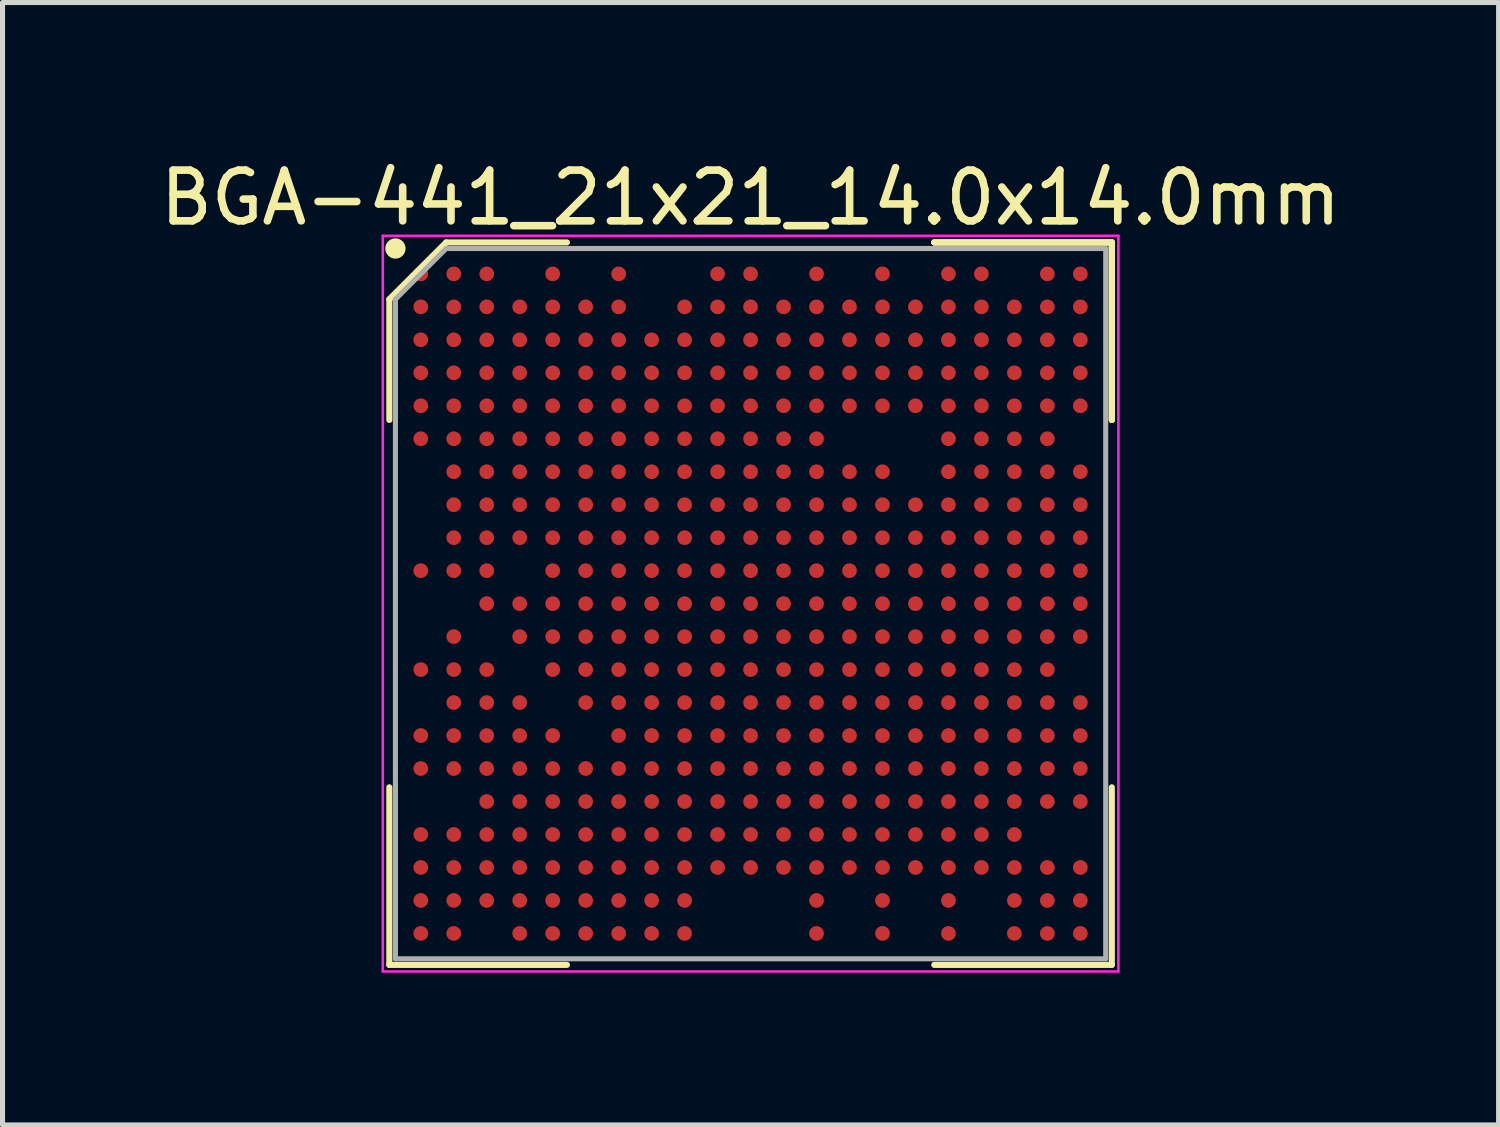
<source format=kicad_pcb>
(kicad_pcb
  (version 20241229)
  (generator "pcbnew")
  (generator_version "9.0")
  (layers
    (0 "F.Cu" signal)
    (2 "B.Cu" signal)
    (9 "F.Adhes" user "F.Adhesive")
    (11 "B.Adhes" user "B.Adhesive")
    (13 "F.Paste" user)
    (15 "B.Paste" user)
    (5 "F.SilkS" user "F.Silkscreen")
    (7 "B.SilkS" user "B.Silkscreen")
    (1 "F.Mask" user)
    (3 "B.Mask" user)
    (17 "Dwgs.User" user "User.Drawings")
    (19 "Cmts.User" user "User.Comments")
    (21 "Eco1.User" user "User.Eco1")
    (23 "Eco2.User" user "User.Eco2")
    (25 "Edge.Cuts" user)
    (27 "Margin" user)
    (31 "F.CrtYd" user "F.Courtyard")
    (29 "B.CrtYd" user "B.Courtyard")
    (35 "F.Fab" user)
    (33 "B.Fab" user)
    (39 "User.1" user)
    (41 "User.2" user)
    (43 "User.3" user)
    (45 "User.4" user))
  (footprint "BGA-441_21x21_14.0x14.0mm"
    (layer "F.Cu")
    (at 11.744 8.848)
    (property "Reference" "BGA-441_21x21_14.0x14.0mm" (at 0 -8 0) (layer "F.SilkS") (effects (font (size 1 1) (thickness 0.15))))
    (attr through_hole)
    (fp_line (start -7.12 -6) (end -7.12 -3.62) (stroke (width 0.12) (type solid)) (layer "F.SilkS"))
    (fp_line (start -7.12 7.12) (end -7.12 3.62) (stroke (width 0.12) (type solid)) (layer "F.SilkS"))
    (fp_line (start -6 -7.12) (end -7.12 -6) (stroke (width 0.12) (type solid)) (layer "F.SilkS"))
    (fp_line (start -3.62 -7.12) (end -6 -7.12) (stroke (width 0.12) (type solid)) (layer "F.SilkS"))
    (fp_line (start -3.62 7.12) (end -7.12 7.12) (stroke (width 0.12) (type solid)) (layer "F.SilkS"))
    (fp_line (start 3.62 -7.12) (end 7.12 -7.12) (stroke (width 0.12) (type solid)) (layer "F.SilkS"))
    (fp_line (start 3.62 -7.12) (end 7.12 -7.12) (stroke (width 0.12) (type solid)) (layer "F.SilkS"))
    (fp_line (start 3.62 -7.12) (end 7.12 -7.12) (stroke (width 0.12) (type solid)) (layer "F.SilkS"))
    (fp_line (start 3.62 7.12) (end 7.12 7.12) (stroke (width 0.12) (type solid)) (layer "F.SilkS"))
    (fp_line (start 7.12 -7.12) (end 7.12 -3.62) (stroke (width 0.12) (type solid)) (layer "F.SilkS"))
    (fp_line (start 7.12 -7.12) (end 7.12 -3.62) (stroke (width 0.12) (type solid)) (layer "F.SilkS"))
    (fp_line (start 7.12 -7.12) (end 7.12 -3.62) (stroke (width 0.12) (type solid)) (layer "F.SilkS"))
    (fp_line (start 7.12 7.12) (end 7.12 3.62) (stroke (width 0.12) (type solid)) (layer "F.SilkS"))
    (fp_circle (center -7 -7) (end -7 -6.9) (stroke (width 0.2) (type solid)) (fill no) (layer "F.SilkS"))
    (fp_line (start -7.25 -7.25) (end 7.25 -7.25) (stroke (width 0.05) (type solid)) (layer "F.CrtYd"))
    (fp_line (start -7.25 7.25) (end -7.25 -7.25) (stroke (width 0.05) (type solid)) (layer "F.CrtYd"))
    (fp_line (start 7.25 -7.25) (end 7.25 7.25) (stroke (width 0.05) (type solid)) (layer "F.CrtYd"))
    (fp_line (start 7.25 7.25) (end -7.25 7.25) (stroke (width 0.05) (type solid)) (layer "F.CrtYd"))
    (fp_line (start -7 -6) (end -7 7) (stroke (width 0.1) (type solid)) (layer "F.Fab"))
    (fp_line (start -7 7) (end 7 7) (stroke (width 0.1) (type solid)) (layer "F.Fab"))
    (fp_line (start -6 -7) (end -7 -6) (stroke (width 0.1) (type solid)) (layer "F.Fab"))
    (fp_line (start 7 -7) (end -6 -7) (stroke (width 0.1) (type solid)) (layer "F.Fab"))
    (fp_line (start 7 7) (end 7 -7) (stroke (width 0.1) (type solid)) (layer "F.Fab"))
    (pad "A1" smd circle (at -6.5 -6.5) (size 0.29 0.29) (layers "F.Cu" "F.Mask" "F.Paste"))
    (pad "A2" smd circle (at -5.85 -6.5) (size 0.29 0.29) (layers "F.Cu" "F.Mask" "F.Paste"))
    (pad "A3" smd circle (at -5.2 -6.5) (size 0.29 0.29) (layers "F.Cu" "F.Mask" "F.Paste"))
    (pad "A5" smd circle (at -3.9 -6.5) (size 0.29 0.29) (layers "F.Cu" "F.Mask" "F.Paste"))
    (pad "A7" smd circle (at -2.6 -6.5) (size 0.29 0.29) (layers "F.Cu" "F.Mask" "F.Paste"))
    (pad "A10" smd circle (at -0.65 -6.5) (size 0.29 0.29) (layers "F.Cu" "F.Mask" "F.Paste"))
    (pad "A11" smd circle (at 0 -6.5) (size 0.29 0.29) (layers "F.Cu" "F.Mask" "F.Paste"))
    (pad "A13" smd circle (at 1.3 -6.5) (size 0.29 0.29) (layers "F.Cu" "F.Mask" "F.Paste"))
    (pad "A15" smd circle (at 2.6 -6.5) (size 0.29 0.29) (layers "F.Cu" "F.Mask" "F.Paste"))
    (pad "A17" smd circle (at 3.9 -6.5) (size 0.29 0.29) (layers "F.Cu" "F.Mask" "F.Paste"))
    (pad "A18" smd circle (at 4.55 -6.5) (size 0.29 0.29) (layers "F.Cu" "F.Mask" "F.Paste"))
    (pad "A20" smd circle (at 5.85 -6.5) (size 0.29 0.29) (layers "F.Cu" "F.Mask" "F.Paste"))
    (pad "A21" smd circle (at 6.5 -6.5) (size 0.29 0.29) (layers "F.Cu" "F.Mask" "F.Paste"))
    (pad "AA1" smd circle (at -6.5 6.5) (size 0.29 0.29) (layers "F.Cu" "F.Mask" "F.Paste"))
    (pad "AA2" smd circle (at -5.85 6.5) (size 0.29 0.29) (layers "F.Cu" "F.Mask" "F.Paste"))
    (pad "AA4" smd circle (at -4.55 6.5) (size 0.29 0.29) (layers "F.Cu" "F.Mask" "F.Paste"))
    (pad "AA5" smd circle (at -3.9 6.5) (size 0.29 0.29) (layers "F.Cu" "F.Mask" "F.Paste"))
    (pad "AA6" smd circle (at -3.25 6.5) (size 0.29 0.29) (layers "F.Cu" "F.Mask" "F.Paste"))
    (pad "AA7" smd circle (at -2.6 6.5) (size 0.29 0.29) (layers "F.Cu" "F.Mask" "F.Paste"))
    (pad "AA8" smd circle (at -1.95 6.5) (size 0.29 0.29) (layers "F.Cu" "F.Mask" "F.Paste"))
    (pad "AA9" smd circle (at -1.3 6.5) (size 0.29 0.29) (layers "F.Cu" "F.Mask" "F.Paste"))
    (pad "AA13" smd circle (at 1.3 6.5) (size 0.29 0.29) (layers "F.Cu" "F.Mask" "F.Paste"))
    (pad "AA15" smd circle (at 2.6 6.5) (size 0.29 0.29) (layers "F.Cu" "F.Mask" "F.Paste"))
    (pad "AA17" smd circle (at 3.9 6.5) (size 0.29 0.29) (layers "F.Cu" "F.Mask" "F.Paste"))
    (pad "AA19" smd circle (at 5.2 6.5) (size 0.29 0.29) (layers "F.Cu" "F.Mask" "F.Paste"))
    (pad "AA20" smd circle (at 5.85 6.5) (size 0.29 0.29) (layers "F.Cu" "F.Mask" "F.Paste"))
    (pad "AA21" smd circle (at 6.5 6.5) (size 0.29 0.29) (layers "F.Cu" "F.Mask" "F.Paste"))
    (pad "B1" smd circle (at -6.5 -5.85) (size 0.29 0.29) (layers "F.Cu" "F.Mask" "F.Paste"))
    (pad "B2" smd circle (at -5.85 -5.85) (size 0.29 0.29) (layers "F.Cu" "F.Mask" "F.Paste"))
    (pad "B3" smd circle (at -5.2 -5.85) (size 0.29 0.29) (layers "F.Cu" "F.Mask" "F.Paste"))
    (pad "B4" smd circle (at -4.55 -5.85) (size 0.29 0.29) (layers "F.Cu" "F.Mask" "F.Paste"))
    (pad "B5" smd circle (at -3.9 -5.85) (size 0.29 0.29) (layers "F.Cu" "F.Mask" "F.Paste"))
    (pad "B6" smd circle (at -3.25 -5.85) (size 0.29 0.29) (layers "F.Cu" "F.Mask" "F.Paste"))
    (pad "B7" smd circle (at -2.6 -5.85) (size 0.29 0.29) (layers "F.Cu" "F.Mask" "F.Paste"))
    (pad "B9" smd circle (at -1.3 -5.85) (size 0.29 0.29) (layers "F.Cu" "F.Mask" "F.Paste"))
    (pad "B10" smd circle (at -0.65 -5.85) (size 0.29 0.29) (layers "F.Cu" "F.Mask" "F.Paste"))
    (pad "B11" smd circle (at 0 -5.85) (size 0.29 0.29) (layers "F.Cu" "F.Mask" "F.Paste"))
    (pad "B12" smd circle (at 0.65 -5.85) (size 0.29 0.29) (layers "F.Cu" "F.Mask" "F.Paste"))
    (pad "B13" smd circle (at 1.3 -5.85) (size 0.29 0.29) (layers "F.Cu" "F.Mask" "F.Paste"))
    (pad "B14" smd circle (at 1.95 -5.85) (size 0.29 0.29) (layers "F.Cu" "F.Mask" "F.Paste"))
    (pad "B15" smd circle (at 2.6 -5.85) (size 0.29 0.29) (layers "F.Cu" "F.Mask" "F.Paste"))
    (pad "B16" smd circle (at 3.25 -5.85) (size 0.29 0.29) (layers "F.Cu" "F.Mask" "F.Paste"))
    (pad "B17" smd circle (at 3.9 -5.85) (size 0.29 0.29) (layers "F.Cu" "F.Mask" "F.Paste"))
    (pad "B18" smd circle (at 4.55 -5.85) (size 0.29 0.29) (layers "F.Cu" "F.Mask" "F.Paste"))
    (pad "B19" smd circle (at 5.2 -5.85) (size 0.29 0.29) (layers "F.Cu" "F.Mask" "F.Paste"))
    (pad "B20" smd circle (at 5.85 -5.85) (size 0.29 0.29) (layers "F.Cu" "F.Mask" "F.Paste"))
    (pad "B21" smd circle (at 6.5 -5.85) (size 0.29 0.29) (layers "F.Cu" "F.Mask" "F.Paste"))
    (pad "C1" smd circle (at -6.5 -5.2) (size 0.29 0.29) (layers "F.Cu" "F.Mask" "F.Paste"))
    (pad "C2" smd circle (at -5.85 -5.2) (size 0.29 0.29) (layers "F.Cu" "F.Mask" "F.Paste"))
    (pad "C3" smd circle (at -5.2 -5.2) (size 0.29 0.29) (layers "F.Cu" "F.Mask" "F.Paste"))
    (pad "C4" smd circle (at -4.55 -5.2) (size 0.29 0.29) (layers "F.Cu" "F.Mask" "F.Paste"))
    (pad "C5" smd circle (at -3.9 -5.2) (size 0.29 0.29) (layers "F.Cu" "F.Mask" "F.Paste"))
    (pad "C6" smd circle (at -3.25 -5.2) (size 0.29 0.29) (layers "F.Cu" "F.Mask" "F.Paste"))
    (pad "C7" smd circle (at -2.6 -5.2) (size 0.29 0.29) (layers "F.Cu" "F.Mask" "F.Paste"))
    (pad "C8" smd circle (at -1.95 -5.2) (size 0.29 0.29) (layers "F.Cu" "F.Mask" "F.Paste"))
    (pad "C9" smd circle (at -1.3 -5.2) (size 0.29 0.29) (layers "F.Cu" "F.Mask" "F.Paste"))
    (pad "C10" smd circle (at -0.65 -5.2) (size 0.29 0.29) (layers "F.Cu" "F.Mask" "F.Paste"))
    (pad "C11" smd circle (at 0 -5.2) (size 0.29 0.29) (layers "F.Cu" "F.Mask" "F.Paste"))
    (pad "C12" smd circle (at 0.65 -5.2) (size 0.29 0.29) (layers "F.Cu" "F.Mask" "F.Paste"))
    (pad "C13" smd circle (at 1.3 -5.2) (size 0.29 0.29) (layers "F.Cu" "F.Mask" "F.Paste"))
    (pad "C14" smd circle (at 1.95 -5.2) (size 0.29 0.29) (layers "F.Cu" "F.Mask" "F.Paste"))
    (pad "C15" smd circle (at 2.6 -5.2) (size 0.29 0.29) (layers "F.Cu" "F.Mask" "F.Paste"))
    (pad "C16" smd circle (at 3.25 -5.2) (size 0.29 0.29) (layers "F.Cu" "F.Mask" "F.Paste"))
    (pad "C17" smd circle (at 3.9 -5.2) (size 0.29 0.29) (layers "F.Cu" "F.Mask" "F.Paste"))
    (pad "C18" smd circle (at 4.55 -5.2) (size 0.29 0.29) (layers "F.Cu" "F.Mask" "F.Paste"))
    (pad "C19" smd circle (at 5.2 -5.2) (size 0.29 0.29) (layers "F.Cu" "F.Mask" "F.Paste"))
    (pad "C20" smd circle (at 5.85 -5.2) (size 0.29 0.29) (layers "F.Cu" "F.Mask" "F.Paste"))
    (pad "C21" smd circle (at 6.5 -5.2) (size 0.29 0.29) (layers "F.Cu" "F.Mask" "F.Paste"))
    (pad "D1" smd circle (at -6.5 -4.55) (size 0.29 0.29) (layers "F.Cu" "F.Mask" "F.Paste"))
    (pad "D2" smd circle (at -5.85 -4.55) (size 0.29 0.29) (layers "F.Cu" "F.Mask" "F.Paste"))
    (pad "D3" smd circle (at -5.2 -4.55) (size 0.29 0.29) (layers "F.Cu" "F.Mask" "F.Paste"))
    (pad "D4" smd circle (at -4.55 -4.55) (size 0.29 0.29) (layers "F.Cu" "F.Mask" "F.Paste"))
    (pad "D5" smd circle (at -3.9 -4.55) (size 0.29 0.29) (layers "F.Cu" "F.Mask" "F.Paste"))
    (pad "D6" smd circle (at -3.25 -4.55) (size 0.29 0.29) (layers "F.Cu" "F.Mask" "F.Paste"))
    (pad "D7" smd circle (at -2.6 -4.55) (size 0.29 0.29) (layers "F.Cu" "F.Mask" "F.Paste"))
    (pad "D8" smd circle (at -1.95 -4.55) (size 0.29 0.29) (layers "F.Cu" "F.Mask" "F.Paste"))
    (pad "D9" smd circle (at -1.3 -4.55) (size 0.29 0.29) (layers "F.Cu" "F.Mask" "F.Paste"))
    (pad "D10" smd circle (at -0.65 -4.55) (size 0.29 0.29) (layers "F.Cu" "F.Mask" "F.Paste"))
    (pad "D11" smd circle (at 0 -4.55) (size 0.29 0.29) (layers "F.Cu" "F.Mask" "F.Paste"))
    (pad "D12" smd circle (at 0.65 -4.55) (size 0.29 0.29) (layers "F.Cu" "F.Mask" "F.Paste"))
    (pad "D13" smd circle (at 1.3 -4.55) (size 0.29 0.29) (layers "F.Cu" "F.Mask" "F.Paste"))
    (pad "D14" smd circle (at 1.95 -4.55) (size 0.29 0.29) (layers "F.Cu" "F.Mask" "F.Paste"))
    (pad "D15" smd circle (at 2.6 -4.55) (size 0.29 0.29) (layers "F.Cu" "F.Mask" "F.Paste"))
    (pad "D16" smd circle (at 3.25 -4.55) (size 0.29 0.29) (layers "F.Cu" "F.Mask" "F.Paste"))
    (pad "D17" smd circle (at 3.9 -4.55) (size 0.29 0.29) (layers "F.Cu" "F.Mask" "F.Paste"))
    (pad "D18" smd circle (at 4.55 -4.55) (size 0.29 0.29) (layers "F.Cu" "F.Mask" "F.Paste"))
    (pad "D19" smd circle (at 5.2 -4.55) (size 0.29 0.29) (layers "F.Cu" "F.Mask" "F.Paste"))
    (pad "D20" smd circle (at 5.85 -4.55) (size 0.29 0.29) (layers "F.Cu" "F.Mask" "F.Paste"))
    (pad "D21" smd circle (at 6.5 -4.55) (size 0.29 0.29) (layers "F.Cu" "F.Mask" "F.Paste"))
    (pad "E1" smd circle (at -6.5 -3.9) (size 0.29 0.29) (layers "F.Cu" "F.Mask" "F.Paste"))
    (pad "E2" smd circle (at -5.85 -3.9) (size 0.29 0.29) (layers "F.Cu" "F.Mask" "F.Paste"))
    (pad "E3" smd circle (at -5.2 -3.9) (size 0.29 0.29) (layers "F.Cu" "F.Mask" "F.Paste"))
    (pad "E4" smd circle (at -4.55 -3.9) (size 0.29 0.29) (layers "F.Cu" "F.Mask" "F.Paste"))
    (pad "E5" smd circle (at -3.9 -3.9) (size 0.29 0.29) (layers "F.Cu" "F.Mask" "F.Paste"))
    (pad "E6" smd circle (at -3.25 -3.9) (size 0.29 0.29) (layers "F.Cu" "F.Mask" "F.Paste"))
    (pad "E7" smd circle (at -2.6 -3.9) (size 0.29 0.29) (layers "F.Cu" "F.Mask" "F.Paste"))
    (pad "E8" smd circle (at -1.95 -3.9) (size 0.29 0.29) (layers "F.Cu" "F.Mask" "F.Paste"))
    (pad "E9" smd circle (at -1.3 -3.9) (size 0.29 0.29) (layers "F.Cu" "F.Mask" "F.Paste"))
    (pad "E10" smd circle (at -0.65 -3.9) (size 0.29 0.29) (layers "F.Cu" "F.Mask" "F.Paste"))
    (pad "E11" smd circle (at 0 -3.9) (size 0.29 0.29) (layers "F.Cu" "F.Mask" "F.Paste"))
    (pad "E12" smd circle (at 0.65 -3.9) (size 0.29 0.29) (layers "F.Cu" "F.Mask" "F.Paste"))
    (pad "E13" smd circle (at 1.3 -3.9) (size 0.29 0.29) (layers "F.Cu" "F.Mask" "F.Paste"))
    (pad "E14" smd circle (at 1.95 -3.9) (size 0.29 0.29) (layers "F.Cu" "F.Mask" "F.Paste"))
    (pad "E15" smd circle (at 2.6 -3.9) (size 0.29 0.29) (layers "F.Cu" "F.Mask" "F.Paste"))
    (pad "E16" smd circle (at 3.25 -3.9) (size 0.29 0.29) (layers "F.Cu" "F.Mask" "F.Paste"))
    (pad "E17" smd circle (at 3.9 -3.9) (size 0.29 0.29) (layers "F.Cu" "F.Mask" "F.Paste"))
    (pad "E18" smd circle (at 4.55 -3.9) (size 0.29 0.29) (layers "F.Cu" "F.Mask" "F.Paste"))
    (pad "E19" smd circle (at 5.2 -3.9) (size 0.29 0.29) (layers "F.Cu" "F.Mask" "F.Paste"))
    (pad "E20" smd circle (at 5.85 -3.9) (size 0.29 0.29) (layers "F.Cu" "F.Mask" "F.Paste"))
    (pad "E21" smd circle (at 6.5 -3.9) (size 0.29 0.29) (layers "F.Cu" "F.Mask" "F.Paste"))
    (pad "F1" smd circle (at -6.5 -3.25) (size 0.29 0.29) (layers "F.Cu" "F.Mask" "F.Paste"))
    (pad "F2" smd circle (at -5.85 -3.25) (size 0.29 0.29) (layers "F.Cu" "F.Mask" "F.Paste"))
    (pad "F3" smd circle (at -5.2 -3.25) (size 0.29 0.29) (layers "F.Cu" "F.Mask" "F.Paste"))
    (pad "F4" smd circle (at -4.55 -3.25) (size 0.29 0.29) (layers "F.Cu" "F.Mask" "F.Paste"))
    (pad "F5" smd circle (at -3.9 -3.25) (size 0.29 0.29) (layers "F.Cu" "F.Mask" "F.Paste"))
    (pad "F6" smd circle (at -3.25 -3.25) (size 0.29 0.29) (layers "F.Cu" "F.Mask" "F.Paste"))
    (pad "F7" smd circle (at -2.6 -3.25) (size 0.29 0.29) (layers "F.Cu" "F.Mask" "F.Paste"))
    (pad "F8" smd circle (at -1.95 -3.25) (size 0.29 0.29) (layers "F.Cu" "F.Mask" "F.Paste"))
    (pad "F9" smd circle (at -1.3 -3.25) (size 0.29 0.29) (layers "F.Cu" "F.Mask" "F.Paste"))
    (pad "F10" smd circle (at -0.65 -3.25) (size 0.29 0.29) (layers "F.Cu" "F.Mask" "F.Paste"))
    (pad "F11" smd circle (at 0 -3.25) (size 0.29 0.29) (layers "F.Cu" "F.Mask" "F.Paste"))
    (pad "F12" smd circle (at 0.65 -3.25) (size 0.29 0.29) (layers "F.Cu" "F.Mask" "F.Paste"))
    (pad "F13" smd circle (at 1.3 -3.25) (size 0.29 0.29) (layers "F.Cu" "F.Mask" "F.Paste"))
    (pad "F17" smd circle (at 3.9 -3.25) (size 0.29 0.29) (layers "F.Cu" "F.Mask" "F.Paste"))
    (pad "F18" smd circle (at 4.55 -3.25) (size 0.29 0.29) (layers "F.Cu" "F.Mask" "F.Paste"))
    (pad "F19" smd circle (at 5.2 -3.25) (size 0.29 0.29) (layers "F.Cu" "F.Mask" "F.Paste"))
    (pad "F20" smd circle (at 5.85 -3.25) (size 0.29 0.29) (layers "F.Cu" "F.Mask" "F.Paste"))
    (pad "G2" smd circle (at -5.85 -2.6) (size 0.29 0.29) (layers "F.Cu" "F.Mask" "F.Paste"))
    (pad "G3" smd circle (at -5.2 -2.6) (size 0.29 0.29) (layers "F.Cu" "F.Mask" "F.Paste"))
    (pad "G4" smd circle (at -4.55 -2.6) (size 0.29 0.29) (layers "F.Cu" "F.Mask" "F.Paste"))
    (pad "G5" smd circle (at -3.9 -2.6) (size 0.29 0.29) (layers "F.Cu" "F.Mask" "F.Paste"))
    (pad "G6" smd circle (at -3.25 -2.6) (size 0.29 0.29) (layers "F.Cu" "F.Mask" "F.Paste"))
    (pad "G7" smd circle (at -2.6 -2.6) (size 0.29 0.29) (layers "F.Cu" "F.Mask" "F.Paste"))
    (pad "G8" smd circle (at -1.95 -2.6) (size 0.29 0.29) (layers "F.Cu" "F.Mask" "F.Paste"))
    (pad "G9" smd circle (at -1.3 -2.6) (size 0.29 0.29) (layers "F.Cu" "F.Mask" "F.Paste"))
    (pad "G10" smd circle (at -0.65 -2.6) (size 0.29 0.29) (layers "F.Cu" "F.Mask" "F.Paste"))
    (pad "G11" smd circle (at 0 -2.6) (size 0.29 0.29) (layers "F.Cu" "F.Mask" "F.Paste"))
    (pad "G12" smd circle (at 0.65 -2.6) (size 0.29 0.29) (layers "F.Cu" "F.Mask" "F.Paste"))
    (pad "G13" smd circle (at 1.3 -2.6) (size 0.29 0.29) (layers "F.Cu" "F.Mask" "F.Paste"))
    (pad "G14" smd circle (at 1.95 -2.6) (size 0.29 0.29) (layers "F.Cu" "F.Mask" "F.Paste"))
    (pad "G15" smd circle (at 2.6 -2.6) (size 0.29 0.29) (layers "F.Cu" "F.Mask" "F.Paste"))
    (pad "G17" smd circle (at 3.9 -2.6) (size 0.29 0.29) (layers "F.Cu" "F.Mask" "F.Paste"))
    (pad "G18" smd circle (at 4.55 -2.6) (size 0.29 0.29) (layers "F.Cu" "F.Mask" "F.Paste"))
    (pad "G19" smd circle (at 5.2 -2.6) (size 0.29 0.29) (layers "F.Cu" "F.Mask" "F.Paste"))
    (pad "G20" smd circle (at 5.85 -2.6) (size 0.29 0.29) (layers "F.Cu" "F.Mask" "F.Paste"))
    (pad "G21" smd circle (at 6.5 -2.6) (size 0.29 0.29) (layers "F.Cu" "F.Mask" "F.Paste"))
    (pad "H2" smd circle (at -5.85 -1.95) (size 0.29 0.29) (layers "F.Cu" "F.Mask" "F.Paste"))
    (pad "H3" smd circle (at -5.2 -1.95) (size 0.29 0.29) (layers "F.Cu" "F.Mask" "F.Paste"))
    (pad "H4" smd circle (at -4.55 -1.95) (size 0.29 0.29) (layers "F.Cu" "F.Mask" "F.Paste"))
    (pad "H5" smd circle (at -3.9 -1.95) (size 0.29 0.29) (layers "F.Cu" "F.Mask" "F.Paste"))
    (pad "H6" smd circle (at -3.25 -1.95) (size 0.29 0.29) (layers "F.Cu" "F.Mask" "F.Paste"))
    (pad "H7" smd circle (at -2.6 -1.95) (size 0.29 0.29) (layers "F.Cu" "F.Mask" "F.Paste"))
    (pad "H8" smd circle (at -1.95 -1.95) (size 0.29 0.29) (layers "F.Cu" "F.Mask" "F.Paste"))
    (pad "H9" smd circle (at -1.3 -1.95) (size 0.29 0.29) (layers "F.Cu" "F.Mask" "F.Paste"))
    (pad "H10" smd circle (at -0.65 -1.95) (size 0.29 0.29) (layers "F.Cu" "F.Mask" "F.Paste"))
    (pad "H11" smd circle (at 0 -1.95) (size 0.29 0.29) (layers "F.Cu" "F.Mask" "F.Paste"))
    (pad "H12" smd circle (at 0.65 -1.95) (size 0.29 0.29) (layers "F.Cu" "F.Mask" "F.Paste"))
    (pad "H13" smd circle (at 1.3 -1.95) (size 0.29 0.29) (layers "F.Cu" "F.Mask" "F.Paste"))
    (pad "H14" smd circle (at 1.95 -1.95) (size 0.29 0.29) (layers "F.Cu" "F.Mask" "F.Paste"))
    (pad "H15" smd circle (at 2.6 -1.95) (size 0.29 0.29) (layers "F.Cu" "F.Mask" "F.Paste"))
    (pad "H16" smd circle (at 3.25 -1.95) (size 0.29 0.29) (layers "F.Cu" "F.Mask" "F.Paste"))
    (pad "H17" smd circle (at 3.9 -1.95) (size 0.29 0.29) (layers "F.Cu" "F.Mask" "F.Paste"))
    (pad "H18" smd circle (at 4.55 -1.95) (size 0.29 0.29) (layers "F.Cu" "F.Mask" "F.Paste"))
    (pad "H19" smd circle (at 5.2 -1.95) (size 0.29 0.29) (layers "F.Cu" "F.Mask" "F.Paste"))
    (pad "H20" smd circle (at 5.85 -1.95) (size 0.29 0.29) (layers "F.Cu" "F.Mask" "F.Paste"))
    (pad "H21" smd circle (at 6.5 -1.95) (size 0.29 0.29) (layers "F.Cu" "F.Mask" "F.Paste"))
    (pad "J2" smd circle (at -5.85 -1.3) (size 0.29 0.29) (layers "F.Cu" "F.Mask" "F.Paste"))
    (pad "J3" smd circle (at -5.2 -1.3) (size 0.29 0.29) (layers "F.Cu" "F.Mask" "F.Paste"))
    (pad "J4" smd circle (at -4.55 -1.3) (size 0.29 0.29) (layers "F.Cu" "F.Mask" "F.Paste"))
    (pad "J5" smd circle (at -3.9 -1.3) (size 0.29 0.29) (layers "F.Cu" "F.Mask" "F.Paste"))
    (pad "J6" smd circle (at -3.25 -1.3) (size 0.29 0.29) (layers "F.Cu" "F.Mask" "F.Paste"))
    (pad "J7" smd circle (at -2.6 -1.3) (size 0.29 0.29) (layers "F.Cu" "F.Mask" "F.Paste"))
    (pad "J8" smd circle (at -1.95 -1.3) (size 0.29 0.29) (layers "F.Cu" "F.Mask" "F.Paste"))
    (pad "J9" smd circle (at -1.3 -1.3) (size 0.29 0.29) (layers "F.Cu" "F.Mask" "F.Paste"))
    (pad "J10" smd circle (at -0.65 -1.3) (size 0.29 0.29) (layers "F.Cu" "F.Mask" "F.Paste"))
    (pad "J11" smd circle (at 0 -1.3) (size 0.29 0.29) (layers "F.Cu" "F.Mask" "F.Paste"))
    (pad "J12" smd circle (at 0.65 -1.3) (size 0.29 0.29) (layers "F.Cu" "F.Mask" "F.Paste"))
    (pad "J13" smd circle (at 1.3 -1.3) (size 0.29 0.29) (layers "F.Cu" "F.Mask" "F.Paste"))
    (pad "J14" smd circle (at 1.95 -1.3) (size 0.29 0.29) (layers "F.Cu" "F.Mask" "F.Paste"))
    (pad "J15" smd circle (at 2.6 -1.3) (size 0.29 0.29) (layers "F.Cu" "F.Mask" "F.Paste"))
    (pad "J16" smd circle (at 3.25 -1.3) (size 0.29 0.29) (layers "F.Cu" "F.Mask" "F.Paste"))
    (pad "J17" smd circle (at 3.9 -1.3) (size 0.29 0.29) (layers "F.Cu" "F.Mask" "F.Paste"))
    (pad "J18" smd circle (at 4.55 -1.3) (size 0.29 0.29) (layers "F.Cu" "F.Mask" "F.Paste"))
    (pad "J19" smd circle (at 5.2 -1.3) (size 0.29 0.29) (layers "F.Cu" "F.Mask" "F.Paste"))
    (pad "J20" smd circle (at 5.85 -1.3) (size 0.29 0.29) (layers "F.Cu" "F.Mask" "F.Paste"))
    (pad "J21" smd circle (at 6.5 -1.3) (size 0.29 0.29) (layers "F.Cu" "F.Mask" "F.Paste"))
    (pad "K1" smd circle (at -6.5 -0.65) (size 0.29 0.29) (layers "F.Cu" "F.Mask" "F.Paste"))
    (pad "K2" smd circle (at -5.85 -0.65) (size 0.29 0.29) (layers "F.Cu" "F.Mask" "F.Paste"))
    (pad "K3" smd circle (at -5.2 -0.65) (size 0.29 0.29) (layers "F.Cu" "F.Mask" "F.Paste"))
    (pad "K5" smd circle (at -3.9 -0.65) (size 0.29 0.29) (layers "F.Cu" "F.Mask" "F.Paste"))
    (pad "K6" smd circle (at -3.25 -0.65) (size 0.29 0.29) (layers "F.Cu" "F.Mask" "F.Paste"))
    (pad "K7" smd circle (at -2.6 -0.65) (size 0.29 0.29) (layers "F.Cu" "F.Mask" "F.Paste"))
    (pad "K8" smd circle (at -1.95 -0.65) (size 0.29 0.29) (layers "F.Cu" "F.Mask" "F.Paste"))
    (pad "K9" smd circle (at -1.3 -0.65) (size 0.29 0.29) (layers "F.Cu" "F.Mask" "F.Paste"))
    (pad "K10" smd circle (at -0.65 -0.65) (size 0.29 0.29) (layers "F.Cu" "F.Mask" "F.Paste"))
    (pad "K11" smd circle (at 0 -0.65) (size 0.29 0.29) (layers "F.Cu" "F.Mask" "F.Paste"))
    (pad "K12" smd circle (at 0.65 -0.65) (size 0.29 0.29) (layers "F.Cu" "F.Mask" "F.Paste"))
    (pad "K13" smd circle (at 1.3 -0.65) (size 0.29 0.29) (layers "F.Cu" "F.Mask" "F.Paste"))
    (pad "K14" smd circle (at 1.95 -0.65) (size 0.29 0.29) (layers "F.Cu" "F.Mask" "F.Paste"))
    (pad "K15" smd circle (at 2.6 -0.65) (size 0.29 0.29) (layers "F.Cu" "F.Mask" "F.Paste"))
    (pad "K16" smd circle (at 3.25 -0.65) (size 0.29 0.29) (layers "F.Cu" "F.Mask" "F.Paste"))
    (pad "K17" smd circle (at 3.9 -0.65) (size 0.29 0.29) (layers "F.Cu" "F.Mask" "F.Paste"))
    (pad "K18" smd circle (at 4.55 -0.65) (size 0.29 0.29) (layers "F.Cu" "F.Mask" "F.Paste"))
    (pad "K19" smd circle (at 5.2 -0.65) (size 0.29 0.29) (layers "F.Cu" "F.Mask" "F.Paste"))
    (pad "K20" smd circle (at 5.85 -0.65) (size 0.29 0.29) (layers "F.Cu" "F.Mask" "F.Paste"))
    (pad "K21" smd circle (at 6.5 -0.65) (size 0.29 0.29) (layers "F.Cu" "F.Mask" "F.Paste"))
    (pad "L3" smd circle (at -5.2 0) (size 0.29 0.29) (layers "F.Cu" "F.Mask" "F.Paste"))
    (pad "L4" smd circle (at -4.55 0) (size 0.29 0.29) (layers "F.Cu" "F.Mask" "F.Paste"))
    (pad "L5" smd circle (at -3.9 0) (size 0.29 0.29) (layers "F.Cu" "F.Mask" "F.Paste"))
    (pad "L6" smd circle (at -3.25 0) (size 0.29 0.29) (layers "F.Cu" "F.Mask" "F.Paste"))
    (pad "L7" smd circle (at -2.6 0) (size 0.29 0.29) (layers "F.Cu" "F.Mask" "F.Paste"))
    (pad "L8" smd circle (at -1.95 0) (size 0.29 0.29) (layers "F.Cu" "F.Mask" "F.Paste"))
    (pad "L9" smd circle (at -1.3 0) (size 0.29 0.29) (layers "F.Cu" "F.Mask" "F.Paste"))
    (pad "L10" smd circle (at -0.65 0) (size 0.29 0.29) (layers "F.Cu" "F.Mask" "F.Paste"))
    (pad "L11" smd circle (at 0 0) (size 0.29 0.29) (layers "F.Cu" "F.Mask" "F.Paste"))
    (pad "L12" smd circle (at 0.65 0) (size 0.29 0.29) (layers "F.Cu" "F.Mask" "F.Paste"))
    (pad "L13" smd circle (at 1.3 0) (size 0.29 0.29) (layers "F.Cu" "F.Mask" "F.Paste"))
    (pad "L14" smd circle (at 1.95 0) (size 0.29 0.29) (layers "F.Cu" "F.Mask" "F.Paste"))
    (pad "L15" smd circle (at 2.6 0) (size 0.29 0.29) (layers "F.Cu" "F.Mask" "F.Paste"))
    (pad "L16" smd circle (at 3.25 0) (size 0.29 0.29) (layers "F.Cu" "F.Mask" "F.Paste"))
    (pad "L17" smd circle (at 3.9 0) (size 0.29 0.29) (layers "F.Cu" "F.Mask" "F.Paste"))
    (pad "L18" smd circle (at 4.55 0) (size 0.29 0.29) (layers "F.Cu" "F.Mask" "F.Paste"))
    (pad "L19" smd circle (at 5.2 0) (size 0.29 0.29) (layers "F.Cu" "F.Mask" "F.Paste"))
    (pad "L20" smd circle (at 5.85 0) (size 0.29 0.29) (layers "F.Cu" "F.Mask" "F.Paste"))
    (pad "L21" smd circle (at 6.5 0) (size 0.29 0.29) (layers "F.Cu" "F.Mask" "F.Paste"))
    (pad "M2" smd circle (at -5.85 0.65) (size 0.29 0.29) (layers "F.Cu" "F.Mask" "F.Paste"))
    (pad "M4" smd circle (at -4.55 0.65) (size 0.29 0.29) (layers "F.Cu" "F.Mask" "F.Paste"))
    (pad "M5" smd circle (at -3.9 0.65) (size 0.29 0.29) (layers "F.Cu" "F.Mask" "F.Paste"))
    (pad "M6" smd circle (at -3.25 0.65) (size 0.29 0.29) (layers "F.Cu" "F.Mask" "F.Paste"))
    (pad "M7" smd circle (at -2.6 0.65) (size 0.29 0.29) (layers "F.Cu" "F.Mask" "F.Paste"))
    (pad "M8" smd circle (at -1.95 0.65) (size 0.29 0.29) (layers "F.Cu" "F.Mask" "F.Paste"))
    (pad "M9" smd circle (at -1.3 0.65) (size 0.29 0.29) (layers "F.Cu" "F.Mask" "F.Paste"))
    (pad "M10" smd circle (at -0.65 0.65) (size 0.29 0.29) (layers "F.Cu" "F.Mask" "F.Paste"))
    (pad "M11" smd circle (at 0 0.65) (size 0.29 0.29) (layers "F.Cu" "F.Mask" "F.Paste"))
    (pad "M12" smd circle (at 0.65 0.65) (size 0.29 0.29) (layers "F.Cu" "F.Mask" "F.Paste"))
    (pad "M13" smd circle (at 1.3 0.65) (size 0.29 0.29) (layers "F.Cu" "F.Mask" "F.Paste"))
    (pad "M14" smd circle (at 1.95 0.65) (size 0.29 0.29) (layers "F.Cu" "F.Mask" "F.Paste"))
    (pad "M15" smd circle (at 2.6 0.65) (size 0.29 0.29) (layers "F.Cu" "F.Mask" "F.Paste"))
    (pad "M16" smd circle (at 3.25 0.65) (size 0.29 0.29) (layers "F.Cu" "F.Mask" "F.Paste"))
    (pad "M17" smd circle (at 3.9 0.65) (size 0.29 0.29) (layers "F.Cu" "F.Mask" "F.Paste"))
    (pad "M18" smd circle (at 4.55 0.65) (size 0.29 0.29) (layers "F.Cu" "F.Mask" "F.Paste"))
    (pad "M19" smd circle (at 5.2 0.65) (size 0.29 0.29) (layers "F.Cu" "F.Mask" "F.Paste"))
    (pad "M20" smd circle (at 5.85 0.65) (size 0.29 0.29) (layers "F.Cu" "F.Mask" "F.Paste"))
    (pad "M21" smd circle (at 6.5 0.65) (size 0.29 0.29) (layers "F.Cu" "F.Mask" "F.Paste"))
    (pad "N1" smd circle (at -6.5 1.3) (size 0.29 0.29) (layers "F.Cu" "F.Mask" "F.Paste"))
    (pad "N2" smd circle (at -5.85 1.3) (size 0.29 0.29) (layers "F.Cu" "F.Mask" "F.Paste"))
    (pad "N3" smd circle (at -5.2 1.3) (size 0.29 0.29) (layers "F.Cu" "F.Mask" "F.Paste"))
    (pad "N5" smd circle (at -3.9 1.3) (size 0.29 0.29) (layers "F.Cu" "F.Mask" "F.Paste"))
    (pad "N6" smd circle (at -3.25 1.3) (size 0.29 0.29) (layers "F.Cu" "F.Mask" "F.Paste"))
    (pad "N7" smd circle (at -2.6 1.3) (size 0.29 0.29) (layers "F.Cu" "F.Mask" "F.Paste"))
    (pad "N8" smd circle (at -1.95 1.3) (size 0.29 0.29) (layers "F.Cu" "F.Mask" "F.Paste"))
    (pad "N9" smd circle (at -1.3 1.3) (size 0.29 0.29) (layers "F.Cu" "F.Mask" "F.Paste"))
    (pad "N10" smd circle (at -0.65 1.3) (size 0.29 0.29) (layers "F.Cu" "F.Mask" "F.Paste"))
    (pad "N11" smd circle (at 0 1.3) (size 0.29 0.29) (layers "F.Cu" "F.Mask" "F.Paste"))
    (pad "N12" smd circle (at 0.65 1.3) (size 0.29 0.29) (layers "F.Cu" "F.Mask" "F.Paste"))
    (pad "N13" smd circle (at 1.3 1.3) (size 0.29 0.29) (layers "F.Cu" "F.Mask" "F.Paste"))
    (pad "N14" smd circle (at 1.95 1.3) (size 0.29 0.29) (layers "F.Cu" "F.Mask" "F.Paste"))
    (pad "N15" smd circle (at 2.6 1.3) (size 0.29 0.29) (layers "F.Cu" "F.Mask" "F.Paste"))
    (pad "N16" smd circle (at 3.25 1.3) (size 0.29 0.29) (layers "F.Cu" "F.Mask" "F.Paste"))
    (pad "N17" smd circle (at 3.9 1.3) (size 0.29 0.29) (layers "F.Cu" "F.Mask" "F.Paste"))
    (pad "N18" smd circle (at 4.55 1.3) (size 0.29 0.29) (layers "F.Cu" "F.Mask" "F.Paste"))
    (pad "N19" smd circle (at 5.2 1.3) (size 0.29 0.29) (layers "F.Cu" "F.Mask" "F.Paste"))
    (pad "N20" smd circle (at 5.85 1.3) (size 0.29 0.29) (layers "F.Cu" "F.Mask" "F.Paste"))
    (pad "P2" smd circle (at -5.85 1.95) (size 0.29 0.29) (layers "F.Cu" "F.Mask" "F.Paste"))
    (pad "P3" smd circle (at -5.2 1.95) (size 0.29 0.29) (layers "F.Cu" "F.Mask" "F.Paste"))
    (pad "P4" smd circle (at -4.55 1.95) (size 0.29 0.29) (layers "F.Cu" "F.Mask" "F.Paste"))
    (pad "P6" smd circle (at -3.25 1.95) (size 0.29 0.29) (layers "F.Cu" "F.Mask" "F.Paste"))
    (pad "P7" smd circle (at -2.6 1.95) (size 0.29 0.29) (layers "F.Cu" "F.Mask" "F.Paste"))
    (pad "P8" smd circle (at -1.95 1.95) (size 0.29 0.29) (layers "F.Cu" "F.Mask" "F.Paste"))
    (pad "P9" smd circle (at -1.3 1.95) (size 0.29 0.29) (layers "F.Cu" "F.Mask" "F.Paste"))
    (pad "P10" smd circle (at -0.65 1.95) (size 0.29 0.29) (layers "F.Cu" "F.Mask" "F.Paste"))
    (pad "P11" smd circle (at 0 1.95) (size 0.29 0.29) (layers "F.Cu" "F.Mask" "F.Paste"))
    (pad "P12" smd circle (at 0.65 1.95) (size 0.29 0.29) (layers "F.Cu" "F.Mask" "F.Paste"))
    (pad "P13" smd circle (at 1.3 1.95) (size 0.29 0.29) (layers "F.Cu" "F.Mask" "F.Paste"))
    (pad "P14" smd circle (at 1.95 1.95) (size 0.29 0.29) (layers "F.Cu" "F.Mask" "F.Paste"))
    (pad "P15" smd circle (at 2.6 1.95) (size 0.29 0.29) (layers "F.Cu" "F.Mask" "F.Paste"))
    (pad "P16" smd circle (at 3.25 1.95) (size 0.29 0.29) (layers "F.Cu" "F.Mask" "F.Paste"))
    (pad "P17" smd circle (at 3.9 1.95) (size 0.29 0.29) (layers "F.Cu" "F.Mask" "F.Paste"))
    (pad "P18" smd circle (at 4.55 1.95) (size 0.29 0.29) (layers "F.Cu" "F.Mask" "F.Paste"))
    (pad "P19" smd circle (at 5.2 1.95) (size 0.29 0.29) (layers "F.Cu" "F.Mask" "F.Paste"))
    (pad "P20" smd circle (at 5.85 1.95) (size 0.29 0.29) (layers "F.Cu" "F.Mask" "F.Paste"))
    (pad "P21" smd circle (at 6.5 1.95) (size 0.29 0.29) (layers "F.Cu" "F.Mask" "F.Paste"))
    (pad "R1" smd circle (at -6.5 2.6) (size 0.29 0.29) (layers "F.Cu" "F.Mask" "F.Paste"))
    (pad "R2" smd circle (at -5.85 2.6) (size 0.29 0.29) (layers "F.Cu" "F.Mask" "F.Paste"))
    (pad "R3" smd circle (at -5.2 2.6) (size 0.29 0.29) (layers "F.Cu" "F.Mask" "F.Paste"))
    (pad "R4" smd circle (at -4.55 2.6) (size 0.29 0.29) (layers "F.Cu" "F.Mask" "F.Paste"))
    (pad "R5" smd circle (at -3.9 2.6) (size 0.29 0.29) (layers "F.Cu" "F.Mask" "F.Paste"))
    (pad "R7" smd circle (at -2.6 2.6) (size 0.29 0.29) (layers "F.Cu" "F.Mask" "F.Paste"))
    (pad "R8" smd circle (at -1.95 2.6) (size 0.29 0.29) (layers "F.Cu" "F.Mask" "F.Paste"))
    (pad "R9" smd circle (at -1.3 2.6) (size 0.29 0.29) (layers "F.Cu" "F.Mask" "F.Paste"))
    (pad "R10" smd circle (at -0.65 2.6) (size 0.29 0.29) (layers "F.Cu" "F.Mask" "F.Paste"))
    (pad "R11" smd circle (at 0 2.6) (size 0.29 0.29) (layers "F.Cu" "F.Mask" "F.Paste"))
    (pad "R12" smd circle (at 0.65 2.6) (size 0.29 0.29) (layers "F.Cu" "F.Mask" "F.Paste"))
    (pad "R13" smd circle (at 1.3 2.6) (size 0.29 0.29) (layers "F.Cu" "F.Mask" "F.Paste"))
    (pad "R14" smd circle (at 1.95 2.6) (size 0.29 0.29) (layers "F.Cu" "F.Mask" "F.Paste"))
    (pad "R15" smd circle (at 2.6 2.6) (size 0.29 0.29) (layers "F.Cu" "F.Mask" "F.Paste"))
    (pad "R16" smd circle (at 3.25 2.6) (size 0.29 0.29) (layers "F.Cu" "F.Mask" "F.Paste"))
    (pad "R17" smd circle (at 3.9 2.6) (size 0.29 0.29) (layers "F.Cu" "F.Mask" "F.Paste"))
    (pad "R18" smd circle (at 4.55 2.6) (size 0.29 0.29) (layers "F.Cu" "F.Mask" "F.Paste"))
    (pad "R19" smd circle (at 5.2 2.6) (size 0.29 0.29) (layers "F.Cu" "F.Mask" "F.Paste"))
    (pad "R20" smd circle (at 5.85 2.6) (size 0.29 0.29) (layers "F.Cu" "F.Mask" "F.Paste"))
    (pad "R21" smd circle (at 6.5 2.6) (size 0.29 0.29) (layers "F.Cu" "F.Mask" "F.Paste"))
    (pad "T1" smd circle (at -6.5 3.25) (size 0.29 0.29) (layers "F.Cu" "F.Mask" "F.Paste"))
    (pad "T2" smd circle (at -5.85 3.25) (size 0.29 0.29) (layers "F.Cu" "F.Mask" "F.Paste"))
    (pad "T3" smd circle (at -5.2 3.25) (size 0.29 0.29) (layers "F.Cu" "F.Mask" "F.Paste"))
    (pad "T4" smd circle (at -4.55 3.25) (size 0.29 0.29) (layers "F.Cu" "F.Mask" "F.Paste"))
    (pad "T5" smd circle (at -3.9 3.25) (size 0.29 0.29) (layers "F.Cu" "F.Mask" "F.Paste"))
    (pad "T6" smd circle (at -3.25 3.25) (size 0.29 0.29) (layers "F.Cu" "F.Mask" "F.Paste"))
    (pad "T7" smd circle (at -2.6 3.25) (size 0.29 0.29) (layers "F.Cu" "F.Mask" "F.Paste"))
    (pad "T8" smd circle (at -1.95 3.25) (size 0.29 0.29) (layers "F.Cu" "F.Mask" "F.Paste"))
    (pad "T9" smd circle (at -1.3 3.25) (size 0.29 0.29) (layers "F.Cu" "F.Mask" "F.Paste"))
    (pad "T10" smd circle (at -0.65 3.25) (size 0.29 0.29) (layers "F.Cu" "F.Mask" "F.Paste"))
    (pad "T11" smd circle (at 0 3.25) (size 0.29 0.29) (layers "F.Cu" "F.Mask" "F.Paste"))
    (pad "T12" smd circle (at 0.65 3.25) (size 0.29 0.29) (layers "F.Cu" "F.Mask" "F.Paste"))
    (pad "T13" smd circle (at 1.3 3.25) (size 0.29 0.29) (layers "F.Cu" "F.Mask" "F.Paste"))
    (pad "T14" smd circle (at 1.95 3.25) (size 0.29 0.29) (layers "F.Cu" "F.Mask" "F.Paste"))
    (pad "T15" smd circle (at 2.6 3.25) (size 0.29 0.29) (layers "F.Cu" "F.Mask" "F.Paste"))
    (pad "T16" smd circle (at 3.25 3.25) (size 0.29 0.29) (layers "F.Cu" "F.Mask" "F.Paste"))
    (pad "T17" smd circle (at 3.9 3.25) (size 0.29 0.29) (layers "F.Cu" "F.Mask" "F.Paste"))
    (pad "T18" smd circle (at 4.55 3.25) (size 0.29 0.29) (layers "F.Cu" "F.Mask" "F.Paste"))
    (pad "T19" smd circle (at 5.2 3.25) (size 0.29 0.29) (layers "F.Cu" "F.Mask" "F.Paste"))
    (pad "T20" smd circle (at 5.85 3.25) (size 0.29 0.29) (layers "F.Cu" "F.Mask" "F.Paste"))
    (pad "T21" smd circle (at 6.5 3.25) (size 0.29 0.29) (layers "F.Cu" "F.Mask" "F.Paste"))
    (pad "U3" smd circle (at -5.2 3.9) (size 0.29 0.29) (layers "F.Cu" "F.Mask" "F.Paste"))
    (pad "U4" smd circle (at -4.55 3.9) (size 0.29 0.29) (layers "F.Cu" "F.Mask" "F.Paste"))
    (pad "U5" smd circle (at -3.9 3.9) (size 0.29 0.29) (layers "F.Cu" "F.Mask" "F.Paste"))
    (pad "U6" smd circle (at -3.25 3.9) (size 0.29 0.29) (layers "F.Cu" "F.Mask" "F.Paste"))
    (pad "U7" smd circle (at -2.6 3.9) (size 0.29 0.29) (layers "F.Cu" "F.Mask" "F.Paste"))
    (pad "U8" smd circle (at -1.95 3.9) (size 0.29 0.29) (layers "F.Cu" "F.Mask" "F.Paste"))
    (pad "U9" smd circle (at -1.3 3.9) (size 0.29 0.29) (layers "F.Cu" "F.Mask" "F.Paste"))
    (pad "U10" smd circle (at -0.65 3.9) (size 0.29 0.29) (layers "F.Cu" "F.Mask" "F.Paste"))
    (pad "U11" smd circle (at 0 3.9) (size 0.29 0.29) (layers "F.Cu" "F.Mask" "F.Paste"))
    (pad "U12" smd circle (at 0.65 3.9) (size 0.29 0.29) (layers "F.Cu" "F.Mask" "F.Paste"))
    (pad "U13" smd circle (at 1.3 3.9) (size 0.29 0.29) (layers "F.Cu" "F.Mask" "F.Paste"))
    (pad "U14" smd circle (at 1.95 3.9) (size 0.29 0.29) (layers "F.Cu" "F.Mask" "F.Paste"))
    (pad "U15" smd circle (at 2.6 3.9) (size 0.29 0.29) (layers "F.Cu" "F.Mask" "F.Paste"))
    (pad "U16" smd circle (at 3.25 3.9) (size 0.29 0.29) (layers "F.Cu" "F.Mask" "F.Paste"))
    (pad "U17" smd circle (at 3.9 3.9) (size 0.29 0.29) (layers "F.Cu" "F.Mask" "F.Paste"))
    (pad "U18" smd circle (at 4.55 3.9) (size 0.29 0.29) (layers "F.Cu" "F.Mask" "F.Paste"))
    (pad "U19" smd circle (at 5.2 3.9) (size 0.29 0.29) (layers "F.Cu" "F.Mask" "F.Paste"))
    (pad "U20" smd circle (at 5.85 3.9) (size 0.29 0.29) (layers "F.Cu" "F.Mask" "F.Paste"))
    (pad "U21" smd circle (at 6.5 3.9) (size 0.29 0.29) (layers "F.Cu" "F.Mask" "F.Paste"))
    (pad "V1" smd circle (at -6.5 4.55) (size 0.29 0.29) (layers "F.Cu" "F.Mask" "F.Paste"))
    (pad "V2" smd circle (at -5.85 4.55) (size 0.29 0.29) (layers "F.Cu" "F.Mask" "F.Paste"))
    (pad "V3" smd circle (at -5.2 4.55) (size 0.29 0.29) (layers "F.Cu" "F.Mask" "F.Paste"))
    (pad "V4" smd circle (at -4.55 4.55) (size 0.29 0.29) (layers "F.Cu" "F.Mask" "F.Paste"))
    (pad "V5" smd circle (at -3.9 4.55) (size 0.29 0.29) (layers "F.Cu" "F.Mask" "F.Paste"))
    (pad "V6" smd circle (at -3.25 4.55) (size 0.29 0.29) (layers "F.Cu" "F.Mask" "F.Paste"))
    (pad "V7" smd circle (at -2.6 4.55) (size 0.29 0.29) (layers "F.Cu" "F.Mask" "F.Paste"))
    (pad "V8" smd circle (at -1.95 4.55) (size 0.29 0.29) (layers "F.Cu" "F.Mask" "F.Paste"))
    (pad "V9" smd circle (at -1.3 4.55) (size 0.29 0.29) (layers "F.Cu" "F.Mask" "F.Paste"))
    (pad "V10" smd circle (at -0.65 4.55) (size 0.29 0.29) (layers "F.Cu" "F.Mask" "F.Paste"))
    (pad "V11" smd circle (at 0 4.55) (size 0.29 0.29) (layers "F.Cu" "F.Mask" "F.Paste"))
    (pad "V12" smd circle (at 0.65 4.55) (size 0.29 0.29) (layers "F.Cu" "F.Mask" "F.Paste"))
    (pad "V13" smd circle (at 1.3 4.55) (size 0.29 0.29) (layers "F.Cu" "F.Mask" "F.Paste"))
    (pad "V14" smd circle (at 1.95 4.55) (size 0.29 0.29) (layers "F.Cu" "F.Mask" "F.Paste"))
    (pad "V15" smd circle (at 2.6 4.55) (size 0.29 0.29) (layers "F.Cu" "F.Mask" "F.Paste"))
    (pad "V16" smd circle (at 3.25 4.55) (size 0.29 0.29) (layers "F.Cu" "F.Mask" "F.Paste"))
    (pad "V17" smd circle (at 3.9 4.55) (size 0.29 0.29) (layers "F.Cu" "F.Mask" "F.Paste"))
    (pad "V18" smd circle (at 4.55 4.55) (size 0.29 0.29) (layers "F.Cu" "F.Mask" "F.Paste"))
    (pad "V19" smd circle (at 5.2 4.55) (size 0.29 0.29) (layers "F.Cu" "F.Mask" "F.Paste"))
    (pad "W1" smd circle (at -6.5 5.2) (size 0.29 0.29) (layers "F.Cu" "F.Mask" "F.Paste"))
    (pad "W2" smd circle (at -5.85 5.2) (size 0.29 0.29) (layers "F.Cu" "F.Mask" "F.Paste"))
    (pad "W3" smd circle (at -5.2 5.2) (size 0.29 0.29) (layers "F.Cu" "F.Mask" "F.Paste"))
    (pad "W4" smd circle (at -4.55 5.2) (size 0.29 0.29) (layers "F.Cu" "F.Mask" "F.Paste"))
    (pad "W5" smd circle (at -3.9 5.2) (size 0.29 0.29) (layers "F.Cu" "F.Mask" "F.Paste"))
    (pad "W6" smd circle (at -3.25 5.2) (size 0.29 0.29) (layers "F.Cu" "F.Mask" "F.Paste"))
    (pad "W7" smd circle (at -2.6 5.2) (size 0.29 0.29) (layers "F.Cu" "F.Mask" "F.Paste"))
    (pad "W8" smd circle (at -1.95 5.2) (size 0.29 0.29) (layers "F.Cu" "F.Mask" "F.Paste"))
    (pad "W9" smd circle (at -1.3 5.2) (size 0.29 0.29) (layers "F.Cu" "F.Mask" "F.Paste"))
    (pad "W10" smd circle (at -0.65 5.2) (size 0.29 0.29) (layers "F.Cu" "F.Mask" "F.Paste"))
    (pad "W11" smd circle (at 0 5.2) (size 0.29 0.29) (layers "F.Cu" "F.Mask" "F.Paste"))
    (pad "W12" smd circle (at 0.65 5.2) (size 0.29 0.29) (layers "F.Cu" "F.Mask" "F.Paste"))
    (pad "W13" smd circle (at 1.3 5.2) (size 0.29 0.29) (layers "F.Cu" "F.Mask" "F.Paste"))
    (pad "W14" smd circle (at 1.95 5.2) (size 0.29 0.29) (layers "F.Cu" "F.Mask" "F.Paste"))
    (pad "W15" smd circle (at 2.6 5.2) (size 0.29 0.29) (layers "F.Cu" "F.Mask" "F.Paste"))
    (pad "W16" smd circle (at 3.25 5.2) (size 0.29 0.29) (layers "F.Cu" "F.Mask" "F.Paste"))
    (pad "W17" smd circle (at 3.9 5.2) (size 0.29 0.29) (layers "F.Cu" "F.Mask" "F.Paste"))
    (pad "W18" smd circle (at 4.55 5.2) (size 0.29 0.29) (layers "F.Cu" "F.Mask" "F.Paste"))
    (pad "W19" smd circle (at 5.2 5.2) (size 0.29 0.29) (layers "F.Cu" "F.Mask" "F.Paste"))
    (pad "W20" smd circle (at 5.85 5.2) (size 0.29 0.29) (layers "F.Cu" "F.Mask" "F.Paste"))
    (pad "W21" smd circle (at 6.5 5.2) (size 0.29 0.29) (layers "F.Cu" "F.Mask" "F.Paste"))
    (pad "Y1" smd circle (at -6.5 5.85) (size 0.29 0.29) (layers "F.Cu" "F.Mask" "F.Paste"))
    (pad "Y2" smd circle (at -5.85 5.85) (size 0.29 0.29) (layers "F.Cu" "F.Mask" "F.Paste"))
    (pad "Y3" smd circle (at -5.2 5.85) (size 0.29 0.29) (layers "F.Cu" "F.Mask" "F.Paste"))
    (pad "Y4" smd circle (at -4.55 5.85) (size 0.29 0.29) (layers "F.Cu" "F.Mask" "F.Paste"))
    (pad "Y5" smd circle (at -3.9 5.85) (size 0.29 0.29) (layers "F.Cu" "F.Mask" "F.Paste"))
    (pad "Y6" smd circle (at -3.25 5.85) (size 0.29 0.29) (layers "F.Cu" "F.Mask" "F.Paste"))
    (pad "Y7" smd circle (at -2.6 5.85) (size 0.29 0.29) (layers "F.Cu" "F.Mask" "F.Paste"))
    (pad "Y8" smd circle (at -1.95 5.85) (size 0.29 0.29) (layers "F.Cu" "F.Mask" "F.Paste"))
    (pad "Y9" smd circle (at -1.3 5.85) (size 0.29 0.29) (layers "F.Cu" "F.Mask" "F.Paste"))
    (pad "Y13" smd circle (at 1.3 5.85) (size 0.29 0.29) (layers "F.Cu" "F.Mask" "F.Paste"))
    (pad "Y15" smd circle (at 2.6 5.85) (size 0.29 0.29) (layers "F.Cu" "F.Mask" "F.Paste"))
    (pad "Y17" smd circle (at 3.9 5.85) (size 0.29 0.29) (layers "F.Cu" "F.Mask" "F.Paste"))
    (pad "Y19" smd circle (at 5.2 5.85) (size 0.29 0.29) (layers "F.Cu" "F.Mask" "F.Paste"))
    (pad "Y20" smd circle (at 5.85 5.85) (size 0.29 0.29) (layers "F.Cu" "F.Mask" "F.Paste"))
    (pad "Y21" smd circle (at 6.5 5.85) (size 0.29 0.29) (layers "F.Cu" "F.Mask" "F.Paste")))
  (gr_rect
    (start -3 -3)
    (end 26.488 19.123)
    (stroke (width 0.1) (type default))
    (fill no)
    (layer "Edge.Cuts")))
</source>
